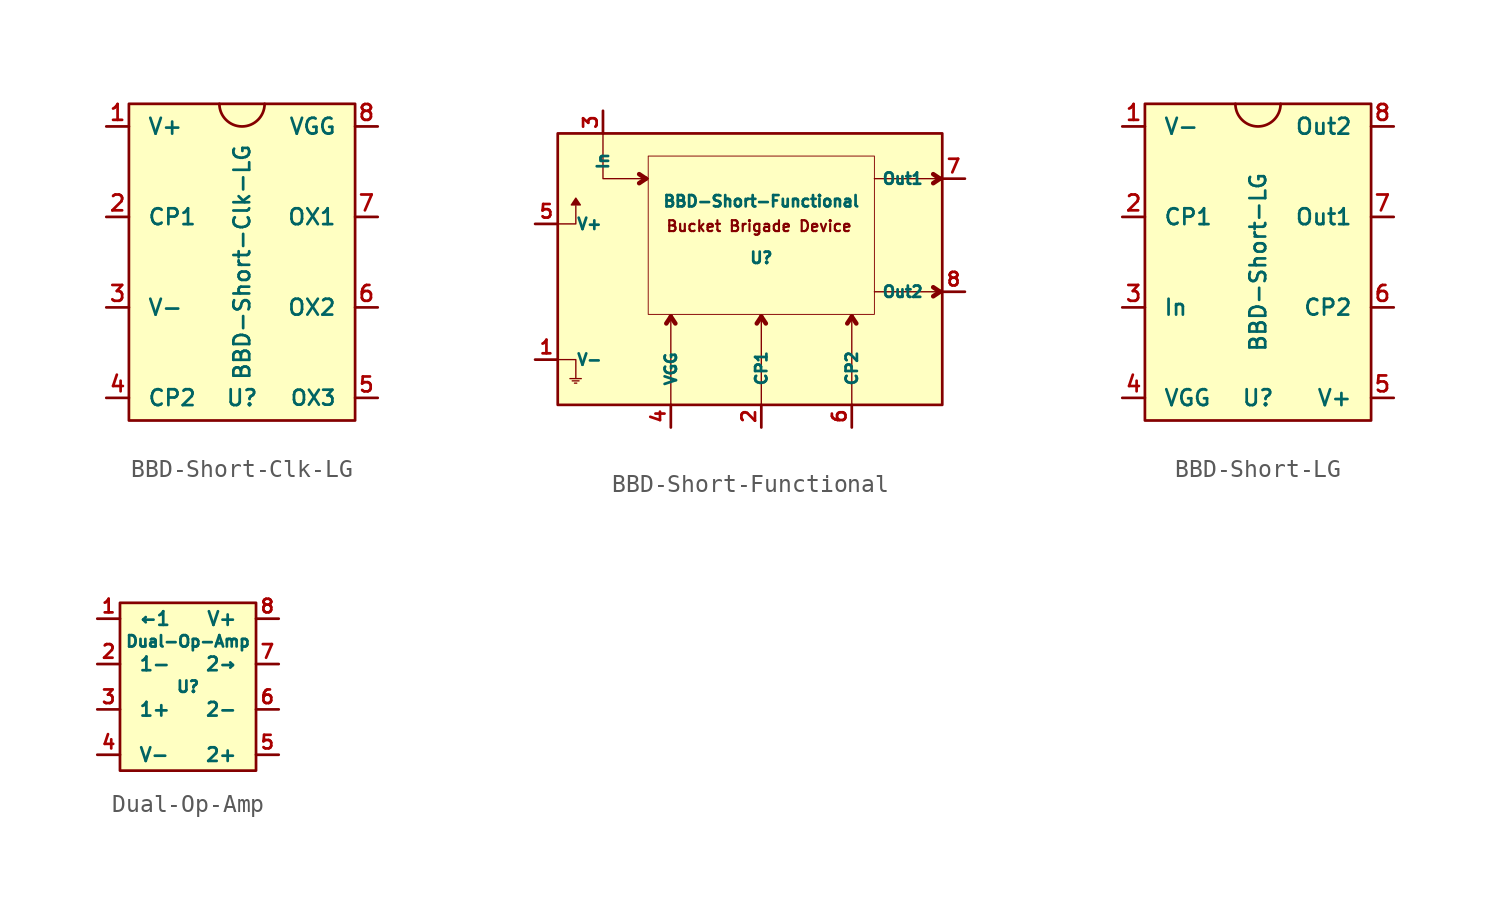
<source format=kicad_sym>
(kicad_symbol_lib
  (version 20220914)
  (generator kicad_symbol_editor)
  (symbol "BBD-Short-Clk-LG"
    (pin_names
      (offset 1.016))
    (property "Reference" "U"
      (at 0 -8.89 0)
      (effects (font (size 0.889 0.889))))
    (property "Value" "BBD-Short-Clk-LG"
      (at 0 -1.27 90)
      (effects (font (size 0.889 0.889))))
    (symbol "BBD-Short-Clk-LG_0_1"
      (arc (start -1.27 7.62) (mid 0 6.3555) (end 1.27 7.62) (stroke (width 0) (type solid)) (fill (type none))))
    (symbol "BBD-Short-Clk-LG_1_0"
      (rectangle (start -6.35 -10.16) (end 6.35 7.62) (stroke (width 0) (type solid)) (fill (type background))))
    (symbol "BBD-Short-Clk-LG_1_1"
      (pin power_in line (at -7.62 6.35 0) (length 1.27) (name "V+" (effects (font (size 0.889 0.889)))) (number "1" (effects (font (size 0.889 0.889)))))
      (pin input line (at -7.62 1.27 0) (length 1.27) (name "CP1" (effects (font (size 0.889 0.889)))) (number "2" (effects (font (size 0.889 0.889)))))
      (pin power_in line (at -7.62 -3.81 0) (length 1.27) (name "V-" (effects (font (size 0.889 0.889)))) (number "3" (effects (font (size 0.889 0.889)))))
      (pin input line (at -7.62 -8.89 0) (length 1.27) (name "CP2" (effects (font (size 0.889 0.889)))) (number "4" (effects (font (size 0.889 0.889)))))
      (pin input line (at 7.62 -8.89 180) (length 1.27) (name "OX3" (effects (font (size 0.838 0.838)))) (number "5" (effects (font (size 0.838 0.838)))))
      (pin input line (at 7.62 -3.81 180) (length 1.27) (name "OX2" (effects (font (size 0.889 0.889)))) (number "6" (effects (font (size 0.889 0.889)))))
      (pin input line (at 7.62 1.27 180) (length 1.27) (name "OX1" (effects (font (size 0.889 0.889)))) (number "7" (effects (font (size 0.889 0.889)))))
      (pin output line (at 7.62 6.35 180) (length 1.27) (name "VGG" (effects (font (size 0.889 0.889)))) (number "8" (effects (font (size 0.889 0.889)))))))
  (symbol "BBD-Short-Functional"
    (pin_names
      (offset 1.016))
    (property "Reference" "U"
      (at 0 0.635 0)
      (effects (font (size 0.635 0.635))))
    (property "Value" "BBD-Short-Functional"
      (at 0 3.81 0)
      (effects (font (size 0.635 0.635))))
    (symbol "BBD-Short-Functional_0_0"
      (rectangle (start -11.43 -7.62) (end 10.16 7.62) (stroke (width 0) (type solid)) (fill (type background)))
      (polyline (pts (xy -10.744 -6.147) (xy -10.109 -6.147)) (stroke (width 0.076) (type solid)) (fill (type none)))
      (polyline (pts (xy -10.617 -6.274) (xy -10.236 -6.274)) (stroke (width 0.076) (type solid)) (fill (type none)))
      (polyline (pts (xy -10.49 -6.401) (xy -10.363 -6.401)) (stroke (width 0.076) (type solid)) (fill (type none)))
      (polyline (pts (xy -6.477 5.08) (xy -6.858 4.826)) (stroke (width 0.254) (type solid)) (fill (type none)))
      (polyline (pts (xy -6.477 5.08) (xy -6.858 5.334)) (stroke (width 0.254) (type solid)) (fill (type none)))
      (polyline (pts (xy -5.08 -7.747) (xy -5.08 -2.667)) (stroke (width 0.076) (type solid)) (fill (type none)))
      (polyline (pts (xy -5.08 -2.667) (xy -5.334 -3.048)) (stroke (width 0.254) (type solid)) (fill (type none)))
      (polyline (pts (xy -5.08 -2.667) (xy -4.826 -3.048)) (stroke (width 0.254) (type solid)) (fill (type none)))
      (polyline (pts (xy 0 -7.62) (xy 0 -2.667)) (stroke (width 0.076) (type solid)) (fill (type none)))
      (polyline (pts (xy 0 -2.667) (xy -0.254 -3.048)) (stroke (width 0.254) (type solid)) (fill (type none)))
      (polyline (pts (xy 0 -2.667) (xy 0.254 -3.048)) (stroke (width 0.254) (type solid)) (fill (type none)))
      (polyline (pts (xy 5.08 -7.747) (xy 5.08 -2.667)) (stroke (width 0.076) (type solid)) (fill (type none)))
      (polyline (pts (xy 5.08 -2.667) (xy 4.826 -3.048)) (stroke (width 0.254) (type solid)) (fill (type none)))
      (polyline (pts (xy 5.08 -2.667) (xy 5.334 -3.048)) (stroke (width 0.254) (type solid)) (fill (type none)))
      (polyline (pts (xy 6.35 -1.27) (xy 10.033 -1.27)) (stroke (width 0.076) (type solid)) (fill (type none)))
      (polyline (pts (xy 10.033 -1.27) (xy 9.652 -1.016)) (stroke (width 0.254) (type solid)) (fill (type none)))
      (polyline (pts (xy 10.033 5.08) (xy 9.652 4.826)) (stroke (width 0.254) (type solid)) (fill (type none)))
      (polyline (pts (xy 10.033 5.08) (xy 9.652 5.334)) (stroke (width 0.254) (type solid)) (fill (type none)))
      (polyline (pts (xy 10.16 5.08) (xy 6.35 5.08)) (stroke (width 0.076) (type solid)) (fill (type none)))
      (polyline (pts (xy -11.43 -5.08) (xy -10.414 -5.08) (xy -10.414 -6.096)) (stroke (width 0.076) (type solid)) (fill (type none)))
      (polyline (pts (xy -11.43 2.54) (xy -10.414 2.54) (xy -10.414 3.556)) (stroke (width 0.076) (type solid)) (fill (type none)))
      (polyline (pts (xy -10.16 3.607) (xy -10.668 3.607) (xy -10.414 3.988) (xy -10.16 3.607) (xy -10.541 3.734) (xy -10.541 3.607) (xy -10.414 3.861) (xy -10.287 3.734) (xy -10.414 3.861) (xy -10.414 3.734) (xy -10.414 3.607) (xy -10.668 3.607) (xy -10.287 3.734) (xy -10.541 3.734) (xy -10.414 3.988) (xy -10.287 3.734) (xy -10.287 3.607) (xy -10.541 3.734)) (stroke (width 0.076) (type solid)) (fill (type none)))
      (rectangle (start 6.35 -2.54) (end -6.35 6.35) (stroke (width 0.051) (type solid)) (fill (type none)))
      (text "Bucket Brigade Device" (at -0.127 2.413 0) (effects (font (size 0.61 0.61) bold))))
    (symbol "BBD-Short-Functional_0_1"
      (polyline (pts (xy -6.35 5.08) (xy -8.89 5.08) (xy -8.89 7.62)) (stroke (width 0.076) (type solid)) (fill (type none))))
    (symbol "BBD-Short-Functional_1_0"
      (polyline (pts (xy 10.033 -1.27) (xy 9.652 -1.524)) (stroke (width 0.254) (type solid)) (fill (type none))))
    (symbol "BBD-Short-Functional_1_1"
      (pin power_in line (at -12.7 -5.08 0) (length 1.27) (name "V-" (effects (font (size 0.635 0.635)))) (number "1" (effects (font (size 0.762 0.762)))))
      (pin input line (at 0 -8.89 90) (length 1.27) (name "CP1" (effects (font (size 0.635 0.635)))) (number "2" (effects (font (size 0.762 0.762)))))
      (pin input line (at -8.89 8.89 270) (length 1.27) (name "In" (effects (font (size 0.635 0.635)))) (number "3" (effects (font (size 0.762 0.762)))))
      (pin input line (at -5.08 -8.89 90) (length 1.27) (name "VGG" (effects (font (size 0.635 0.635)))) (number "4" (effects (font (size 0.762 0.762)))))
      (pin power_in line (at -12.7 2.54 0) (length 1.27) (name "V+" (effects (font (size 0.635 0.635)))) (number "5" (effects (font (size 0.762 0.762)))))
      (pin input line (at 5.08 -8.89 90) (length 1.27) (name "CP2" (effects (font (size 0.635 0.635)))) (number "6" (effects (font (size 0.762 0.762)))))
      (pin output line (at 11.43 5.08 180) (length 1.27) (name "Out1" (effects (font (size 0.635 0.635)))) (number "7" (effects (font (size 0.762 0.762)))))
      (pin output line (at 11.43 -1.27 180) (length 1.27) (name "Out2" (effects (font (size 0.635 0.635)))) (number "8" (effects (font (size 0.762 0.762)))))))
  (symbol "BBD-Short-LG"
    (pin_names
      (offset 1.016))
    (property "Reference" "U"
      (at 0 -8.89 0)
      (effects (font (size 0.889 0.889))))
    (property "Value" "BBD-Short-LG"
      (at 0 -1.27 90)
      (effects (font (size 0.889 0.889))))
    (symbol "BBD-Short-LG_0_1"
      (arc (start -1.27 7.62) (mid 0 6.3555) (end 1.27 7.62) (stroke (width 0) (type solid)) (fill (type none))))
    (symbol "BBD-Short-LG_1_0"
      (rectangle (start -6.35 -10.16) (end 6.35 7.62) (stroke (width 0) (type solid)) (fill (type background))))
    (symbol "BBD-Short-LG_1_1"
      (pin power_in line (at -7.62 6.35 0) (length 1.27) (name "V-" (effects (font (size 0.889 0.889)))) (number "1" (effects (font (size 0.889 0.889)))))
      (pin input line (at -7.62 1.27 0) (length 1.27) (name "CP1" (effects (font (size 0.889 0.889)))) (number "2" (effects (font (size 0.889 0.889)))))
      (pin input line (at -7.62 -3.81 0) (length 1.27) (name "In" (effects (font (size 0.889 0.889)))) (number "3" (effects (font (size 0.889 0.889)))))
      (pin input line (at -7.62 -8.89 0) (length 1.27) (name "VGG" (effects (font (size 0.889 0.889)))) (number "4" (effects (font (size 0.889 0.889)))))
      (pin power_in line (at 7.62 -8.89 180) (length 1.27) (name "V+" (effects (font (size 0.889 0.889)))) (number "5" (effects (font (size 0.889 0.889)))))
      (pin input line (at 7.62 -3.81 180) (length 1.27) (name "CP2" (effects (font (size 0.889 0.889)))) (number "6" (effects (font (size 0.889 0.889)))))
      (pin output line (at 7.62 1.27 180) (length 1.27) (name "Out1" (effects (font (size 0.889 0.889)))) (number "7" (effects (font (size 0.889 0.889)))))
      (pin output line (at 7.62 6.35 180) (length 1.27) (name "Out2" (effects (font (size 0.889 0.889)))) (number "8" (effects (font (size 0.889 0.889)))))))
  (symbol "Dual-Op-Amp"
    (pin_names
      (offset 1.016))
    (property "Reference" "U"
      (at 0 0 0)
      (effects (font (size 0.635 0.635))))
    (property "Value" "Dual-Op-Amp"
      (at 0 2.54 0)
      (effects (font (size 0.635 0.635))))
    (symbol "Dual-Op-Amp_1_0"
      (rectangle (start -3.81 -4.699) (end 3.81 4.699) (stroke (width 0) (type solid)) (fill (type background))))
    (symbol "Dual-Op-Amp_1_1"
      (pin output line (at -5.08 3.81 0) (length 1.27) (name "←1" (effects (font (size 0.762 0.762)))) (number "1" (effects (font (size 0.762 0.762)))))
      (pin input line (at -5.08 1.27 0) (length 1.27) (name "1-" (effects (font (size 0.762 0.762)))) (number "2" (effects (font (size 0.762 0.762)))))
      (pin input line (at -5.08 -1.27 0) (length 1.27) (name "1+" (effects (font (size 0.762 0.762)))) (number "3" (effects (font (size 0.762 0.762)))))
      (pin power_in line (at -5.08 -3.81 0) (length 1.27) (name "V-" (effects (font (size 0.762 0.762)))) (number "4" (effects (font (size 0.762 0.762)))))
      (pin input line (at 5.08 -3.81 180) (length 1.27) (name "2+" (effects (font (size 0.762 0.762)))) (number "5" (effects (font (size 0.762 0.762)))))
      (pin input line (at 5.08 -1.27 180) (length 1.27) (name "2-" (effects (font (size 0.762 0.762)))) (number "6" (effects (font (size 0.762 0.762)))))
      (pin output line (at 5.08 1.27 180) (length 1.27) (name "2→" (effects (font (size 0.762 0.762)))) (number "7" (effects (font (size 0.762 0.762)))))
      (pin power_in line (at 5.08 3.81 180) (length 1.27) (name "V+" (effects (font (size 0.762 0.762)))) (number "8" (effects (font (size 0.762 0.762))))))))
</source>
